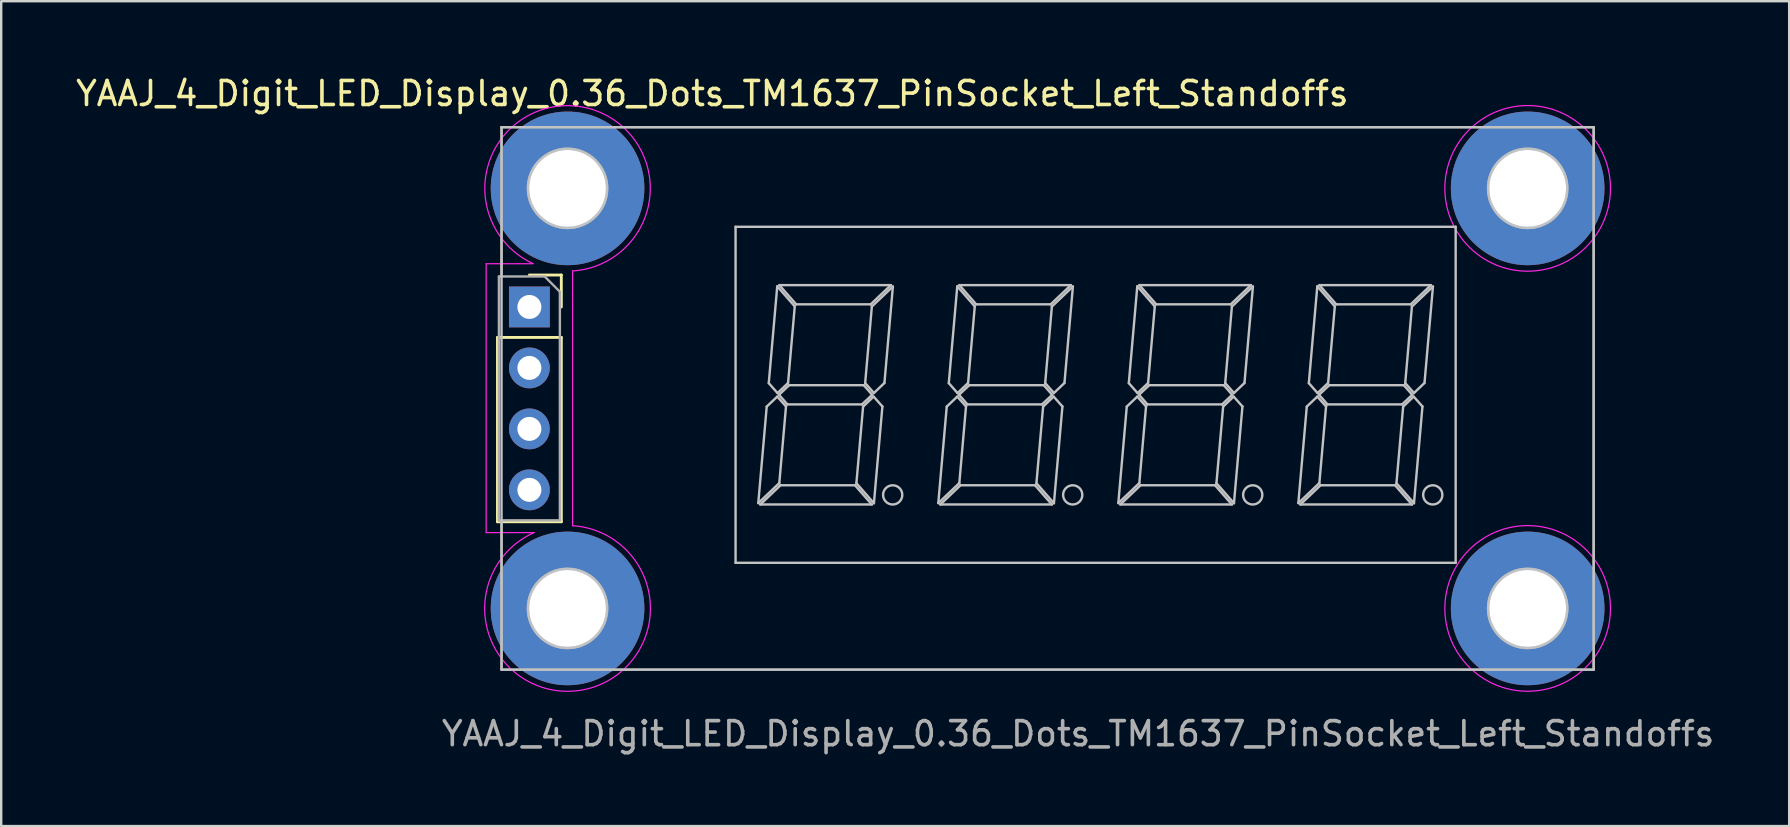
<source format=kicad_pcb>
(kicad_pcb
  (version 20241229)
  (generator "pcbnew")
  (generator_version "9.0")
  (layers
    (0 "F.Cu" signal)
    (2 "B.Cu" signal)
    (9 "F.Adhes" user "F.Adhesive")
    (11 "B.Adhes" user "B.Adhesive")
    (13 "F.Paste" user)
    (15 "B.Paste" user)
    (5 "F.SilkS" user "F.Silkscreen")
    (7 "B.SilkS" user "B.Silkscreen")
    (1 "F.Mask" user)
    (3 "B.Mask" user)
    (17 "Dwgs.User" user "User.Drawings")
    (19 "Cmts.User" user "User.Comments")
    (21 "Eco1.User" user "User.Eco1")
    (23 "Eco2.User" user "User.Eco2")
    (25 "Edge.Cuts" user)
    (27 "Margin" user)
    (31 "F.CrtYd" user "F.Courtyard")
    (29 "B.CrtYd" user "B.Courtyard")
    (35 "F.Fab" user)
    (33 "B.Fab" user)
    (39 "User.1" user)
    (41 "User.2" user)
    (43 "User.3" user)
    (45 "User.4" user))
  (footprint "YAAJ_4_Digit_LED_Display_0.36_Dots_TM1637_PinSocket_Left_Standoffs"
    (layer "F.Cu")
    (at 19.005 9.738)
    (property "Reference" "YAAJ_4_Digit_LED_Display_0.36_Dots_TM1637_PinSocket_Left_Standoffs" (at 7.62 -8.89 180) (layer "F.SilkS") (effects (font (size 1 1) (thickness 0.15))))
    (attr through_hole)
    (fp_line (start -1.33 1.27) (end -1.33 8.95) (stroke (width 0.12) (type solid)) (layer "F.SilkS"))
    (fp_line (start -1.33 1.27) (end 1.33 1.27) (stroke (width 0.12) (type solid)) (layer "F.SilkS"))
    (fp_line (start -1.33 8.95) (end 1.33 8.95) (stroke (width 0.12) (type solid)) (layer "F.SilkS"))
    (fp_line (start 0 -1.33) (end 1.33 -1.33) (stroke (width 0.12) (type solid)) (layer "F.SilkS"))
    (fp_line (start 1.33 -1.33) (end 1.33 0) (stroke (width 0.12) (type solid)) (layer "F.SilkS"))
    (fp_line (start 1.33 1.27) (end 1.33 8.95) (stroke (width 0.12) (type solid)) (layer "F.SilkS"))
    (fp_line (start -1.16 -7.49) (end -1.16 15.11) (stroke (width 0.1) (type solid)) (layer "Dwgs.User"))
    (fp_line (start -1.16 15.11) (end 44.34 15.11) (stroke (width 0.1) (type solid)) (layer "Dwgs.User"))
    (fp_line (start 8.59 -3.34) (end 8.59 10.66) (stroke (width 0.1) (type solid)) (layer "Dwgs.User"))
    (fp_line (start 8.59 10.66) (end 38.59 10.66) (stroke (width 0.1) (type solid)) (layer "Dwgs.User"))
    (fp_line (start 9.536 8.172) (end 10.412 7.338) (stroke (width 0.1) (type solid)) (layer "Dwgs.User"))
    (fp_line (start 9.62 8.23) (end 14.267 8.23) (stroke (width 0.1) (type solid)) (layer "Dwgs.User"))
    (fp_line (start 9.888 4.152) (end 9.536 8.172) (stroke (width 0.1) (type solid)) (layer "Dwgs.User"))
    (fp_line (start 9.973 3.174) (end 10.336 3.588) (stroke (width 0.1) (type solid)) (layer "Dwgs.User"))
    (fp_line (start 10.326 3.735) (end 9.888 4.152) (stroke (width 0.1) (type solid)) (layer "Dwgs.User"))
    (fp_line (start 10.326 -0.858) (end 9.973 3.174) (stroke (width 0.1) (type solid)) (layer "Dwgs.User"))
    (fp_line (start 10.336 3.588) (end 10.777 3.168) (stroke (width 0.1) (type solid)) (layer "Dwgs.User"))
    (fp_line (start 10.399 3.66) (end 10.749 4.06) (stroke (width 0.1) (type solid)) (layer "Dwgs.User"))
    (fp_line (start 10.412 7.338) (end 10.691 4.146) (stroke (width 0.1) (type solid)) (layer "Dwgs.User"))
    (fp_line (start 10.413 -0.91) (end 11.114 -0.11) (stroke (width 0.1) (type solid)) (layer "Dwgs.User"))
    (fp_line (start 10.46 7.43) (end 9.62 8.23) (stroke (width 0.1) (type solid)) (layer "Dwgs.User"))
    (fp_line (start 10.691 4.146) (end 10.326 3.735) (stroke (width 0.1) (type solid)) (layer "Dwgs.User"))
    (fp_line (start 10.749 4.06) (end 13.855 4.06) (stroke (width 0.1) (type solid)) (layer "Dwgs.User"))
    (fp_line (start 10.777 3.168) (end 11.056 -0.024) (stroke (width 0.1) (type solid)) (layer "Dwgs.User"))
    (fp_line (start 10.825 3.26) (end 10.399 3.66) (stroke (width 0.1) (type solid)) (layer "Dwgs.User"))
    (fp_line (start 11.056 -0.024) (end 10.326 -0.858) (stroke (width 0.1) (type solid)) (layer "Dwgs.User"))
    (fp_line (start 11.114 -0.11) (end 14.22 -0.11) (stroke (width 0.1) (type solid)) (layer "Dwgs.User"))
    (fp_line (start 13.566 7.43) (end 10.46 7.43) (stroke (width 0.1) (type solid)) (layer "Dwgs.User"))
    (fp_line (start 13.624 7.344) (end 14.354 8.178) (stroke (width 0.1) (type solid)) (layer "Dwgs.User"))
    (fp_line (start 13.855 4.06) (end 14.281 3.66) (stroke (width 0.1) (type solid)) (layer "Dwgs.User"))
    (fp_line (start 13.903 4.152) (end 13.624 7.344) (stroke (width 0.1) (type solid)) (layer "Dwgs.User"))
    (fp_line (start 13.931 3.26) (end 10.825 3.26) (stroke (width 0.1) (type solid)) (layer "Dwgs.User"))
    (fp_line (start 13.989 3.174) (end 14.354 3.585) (stroke (width 0.1) (type solid)) (layer "Dwgs.User"))
    (fp_line (start 14.22 -0.11) (end 15.06 -0.91) (stroke (width 0.1) (type solid)) (layer "Dwgs.User"))
    (fp_line (start 14.267 8.23) (end 13.566 7.43) (stroke (width 0.1) (type solid)) (layer "Dwgs.User"))
    (fp_line (start 14.268 -0.018) (end 13.989 3.174) (stroke (width 0.1) (type solid)) (layer "Dwgs.User"))
    (fp_line (start 14.281 3.66) (end 13.931 3.26) (stroke (width 0.1) (type solid)) (layer "Dwgs.User"))
    (fp_line (start 14.341 3.735) (end 13.903 4.152) (stroke (width 0.1) (type solid)) (layer "Dwgs.User"))
    (fp_line (start 14.354 8.178) (end 14.707 4.146) (stroke (width 0.1) (type solid)) (layer "Dwgs.User"))
    (fp_line (start 14.354 3.585) (end 14.792 3.168) (stroke (width 0.1) (type solid)) (layer "Dwgs.User"))
    (fp_line (start 14.707 4.146) (end 14.341 3.735) (stroke (width 0.1) (type solid)) (layer "Dwgs.User"))
    (fp_line (start 14.792 3.168) (end 15.144 -0.852) (stroke (width 0.1) (type solid)) (layer "Dwgs.User"))
    (fp_line (start 15.06 -0.91) (end 10.413 -0.91) (stroke (width 0.1) (type solid)) (layer "Dwgs.User"))
    (fp_line (start 15.144 -0.852) (end 14.268 -0.018) (stroke (width 0.1) (type solid)) (layer "Dwgs.User"))
    (fp_line (start 17.036 8.172) (end 17.912 7.338) (stroke (width 0.1) (type solid)) (layer "Dwgs.User"))
    (fp_line (start 17.12 8.23) (end 21.767 8.23) (stroke (width 0.1) (type solid)) (layer "Dwgs.User"))
    (fp_line (start 17.388 4.152) (end 17.036 8.172) (stroke (width 0.1) (type solid)) (layer "Dwgs.User"))
    (fp_line (start 17.473 3.174) (end 17.836 3.588) (stroke (width 0.1) (type solid)) (layer "Dwgs.User"))
    (fp_line (start 17.826 3.735) (end 17.388 4.152) (stroke (width 0.1) (type solid)) (layer "Dwgs.User"))
    (fp_line (start 17.826 -0.858) (end 17.473 3.174) (stroke (width 0.1) (type solid)) (layer "Dwgs.User"))
    (fp_line (start 17.836 3.588) (end 18.277 3.168) (stroke (width 0.1) (type solid)) (layer "Dwgs.User"))
    (fp_line (start 17.899 3.66) (end 18.249 4.06) (stroke (width 0.1) (type solid)) (layer "Dwgs.User"))
    (fp_line (start 17.912 7.338) (end 18.191 4.146) (stroke (width 0.1) (type solid)) (layer "Dwgs.User"))
    (fp_line (start 17.913 -0.91) (end 18.614 -0.11) (stroke (width 0.1) (type solid)) (layer "Dwgs.User"))
    (fp_line (start 17.96 7.43) (end 17.12 8.23) (stroke (width 0.1) (type solid)) (layer "Dwgs.User"))
    (fp_line (start 18.191 4.146) (end 17.826 3.735) (stroke (width 0.1) (type solid)) (layer "Dwgs.User"))
    (fp_line (start 18.249 4.06) (end 21.355 4.06) (stroke (width 0.1) (type solid)) (layer "Dwgs.User"))
    (fp_line (start 18.277 3.168) (end 18.556 -0.024) (stroke (width 0.1) (type solid)) (layer "Dwgs.User"))
    (fp_line (start 18.325 3.26) (end 17.899 3.66) (stroke (width 0.1) (type solid)) (layer "Dwgs.User"))
    (fp_line (start 18.556 -0.024) (end 17.826 -0.858) (stroke (width 0.1) (type solid)) (layer "Dwgs.User"))
    (fp_line (start 18.614 -0.11) (end 21.72 -0.11) (stroke (width 0.1) (type solid)) (layer "Dwgs.User"))
    (fp_line (start 21.066 7.43) (end 17.96 7.43) (stroke (width 0.1) (type solid)) (layer "Dwgs.User"))
    (fp_line (start 21.124 7.344) (end 21.854 8.178) (stroke (width 0.1) (type solid)) (layer "Dwgs.User"))
    (fp_line (start 21.355 4.06) (end 21.781 3.66) (stroke (width 0.1) (type solid)) (layer "Dwgs.User"))
    (fp_line (start 21.403 4.152) (end 21.124 7.344) (stroke (width 0.1) (type solid)) (layer "Dwgs.User"))
    (fp_line (start 21.431 3.26) (end 18.325 3.26) (stroke (width 0.1) (type solid)) (layer "Dwgs.User"))
    (fp_line (start 21.489 3.174) (end 21.854 3.585) (stroke (width 0.1) (type solid)) (layer "Dwgs.User"))
    (fp_line (start 21.72 -0.11) (end 22.56 -0.91) (stroke (width 0.1) (type solid)) (layer "Dwgs.User"))
    (fp_line (start 21.767 8.23) (end 21.066 7.43) (stroke (width 0.1) (type solid)) (layer "Dwgs.User"))
    (fp_line (start 21.768 -0.018) (end 21.489 3.174) (stroke (width 0.1) (type solid)) (layer "Dwgs.User"))
    (fp_line (start 21.781 3.66) (end 21.431 3.26) (stroke (width 0.1) (type solid)) (layer "Dwgs.User"))
    (fp_line (start 21.841 3.735) (end 21.403 4.152) (stroke (width 0.1) (type solid)) (layer "Dwgs.User"))
    (fp_line (start 21.854 8.178) (end 22.207 4.146) (stroke (width 0.1) (type solid)) (layer "Dwgs.User"))
    (fp_line (start 21.854 3.585) (end 22.292 3.168) (stroke (width 0.1) (type solid)) (layer "Dwgs.User"))
    (fp_line (start 22.207 4.146) (end 21.841 3.735) (stroke (width 0.1) (type solid)) (layer "Dwgs.User"))
    (fp_line (start 22.292 3.168) (end 22.644 -0.852) (stroke (width 0.1) (type solid)) (layer "Dwgs.User"))
    (fp_line (start 22.56 -0.91) (end 17.913 -0.91) (stroke (width 0.1) (type solid)) (layer "Dwgs.User"))
    (fp_line (start 22.644 -0.852) (end 21.768 -0.018) (stroke (width 0.1) (type solid)) (layer "Dwgs.User"))
    (fp_line (start 24.536 8.172) (end 25.412 7.338) (stroke (width 0.1) (type solid)) (layer "Dwgs.User"))
    (fp_line (start 24.62 8.23) (end 29.267 8.23) (stroke (width 0.1) (type solid)) (layer "Dwgs.User"))
    (fp_line (start 24.888 4.152) (end 24.536 8.172) (stroke (width 0.1) (type solid)) (layer "Dwgs.User"))
    (fp_line (start 24.973 3.174) (end 25.336 3.588) (stroke (width 0.1) (type solid)) (layer "Dwgs.User"))
    (fp_line (start 25.326 3.735) (end 24.888 4.152) (stroke (width 0.1) (type solid)) (layer "Dwgs.User"))
    (fp_line (start 25.326 -0.858) (end 24.973 3.174) (stroke (width 0.1) (type solid)) (layer "Dwgs.User"))
    (fp_line (start 25.336 3.588) (end 25.777 3.168) (stroke (width 0.1) (type solid)) (layer "Dwgs.User"))
    (fp_line (start 25.399 3.66) (end 25.749 4.06) (stroke (width 0.1) (type solid)) (layer "Dwgs.User"))
    (fp_line (start 25.412 7.338) (end 25.691 4.146) (stroke (width 0.1) (type solid)) (layer "Dwgs.User"))
    (fp_line (start 25.413 -0.91) (end 26.114 -0.11) (stroke (width 0.1) (type solid)) (layer "Dwgs.User"))
    (fp_line (start 25.46 7.43) (end 24.62 8.23) (stroke (width 0.1) (type solid)) (layer "Dwgs.User"))
    (fp_line (start 25.691 4.146) (end 25.326 3.735) (stroke (width 0.1) (type solid)) (layer "Dwgs.User"))
    (fp_line (start 25.749 4.06) (end 28.855 4.06) (stroke (width 0.1) (type solid)) (layer "Dwgs.User"))
    (fp_line (start 25.777 3.168) (end 26.056 -0.024) (stroke (width 0.1) (type solid)) (layer "Dwgs.User"))
    (fp_line (start 25.825 3.26) (end 25.399 3.66) (stroke (width 0.1) (type solid)) (layer "Dwgs.User"))
    (fp_line (start 26.056 -0.024) (end 25.326 -0.858) (stroke (width 0.1) (type solid)) (layer "Dwgs.User"))
    (fp_line (start 26.114 -0.11) (end 29.22 -0.11) (stroke (width 0.1) (type solid)) (layer "Dwgs.User"))
    (fp_line (start 28.566 7.43) (end 25.46 7.43) (stroke (width 0.1) (type solid)) (layer "Dwgs.User"))
    (fp_line (start 28.624 7.344) (end 29.354 8.178) (stroke (width 0.1) (type solid)) (layer "Dwgs.User"))
    (fp_line (start 28.855 4.06) (end 29.281 3.66) (stroke (width 0.1) (type solid)) (layer "Dwgs.User"))
    (fp_line (start 28.903 4.152) (end 28.624 7.344) (stroke (width 0.1) (type solid)) (layer "Dwgs.User"))
    (fp_line (start 28.931 3.26) (end 25.825 3.26) (stroke (width 0.1) (type solid)) (layer "Dwgs.User"))
    (fp_line (start 28.989 3.174) (end 29.354 3.585) (stroke (width 0.1) (type solid)) (layer "Dwgs.User"))
    (fp_line (start 29.22 -0.11) (end 30.06 -0.91) (stroke (width 0.1) (type solid)) (layer "Dwgs.User"))
    (fp_line (start 29.267 8.23) (end 28.566 7.43) (stroke (width 0.1) (type solid)) (layer "Dwgs.User"))
    (fp_line (start 29.268 -0.018) (end 28.989 3.174) (stroke (width 0.1) (type solid)) (layer "Dwgs.User"))
    (fp_line (start 29.281 3.66) (end 28.931 3.26) (stroke (width 0.1) (type solid)) (layer "Dwgs.User"))
    (fp_line (start 29.341 3.735) (end 28.903 4.152) (stroke (width 0.1) (type solid)) (layer "Dwgs.User"))
    (fp_line (start 29.354 8.178) (end 29.707 4.146) (stroke (width 0.1) (type solid)) (layer "Dwgs.User"))
    (fp_line (start 29.354 3.585) (end 29.792 3.168) (stroke (width 0.1) (type solid)) (layer "Dwgs.User"))
    (fp_line (start 29.707 4.146) (end 29.341 3.735) (stroke (width 0.1) (type solid)) (layer "Dwgs.User"))
    (fp_line (start 29.792 3.168) (end 30.144 -0.852) (stroke (width 0.1) (type solid)) (layer "Dwgs.User"))
    (fp_line (start 30.06 -0.91) (end 25.413 -0.91) (stroke (width 0.1) (type solid)) (layer "Dwgs.User"))
    (fp_line (start 30.144 -0.852) (end 29.268 -0.018) (stroke (width 0.1) (type solid)) (layer "Dwgs.User"))
    (fp_line (start 32.036 8.172) (end 32.912 7.338) (stroke (width 0.1) (type solid)) (layer "Dwgs.User"))
    (fp_line (start 32.12 8.23) (end 36.767 8.23) (stroke (width 0.1) (type solid)) (layer "Dwgs.User"))
    (fp_line (start 32.388 4.152) (end 32.036 8.172) (stroke (width 0.1) (type solid)) (layer "Dwgs.User"))
    (fp_line (start 32.473 3.174) (end 32.836 3.588) (stroke (width 0.1) (type solid)) (layer "Dwgs.User"))
    (fp_line (start 32.826 3.735) (end 32.388 4.152) (stroke (width 0.1) (type solid)) (layer "Dwgs.User"))
    (fp_line (start 32.826 -0.858) (end 32.473 3.174) (stroke (width 0.1) (type solid)) (layer "Dwgs.User"))
    (fp_line (start 32.836 3.588) (end 33.277 3.168) (stroke (width 0.1) (type solid)) (layer "Dwgs.User"))
    (fp_line (start 32.899 3.66) (end 33.249 4.06) (stroke (width 0.1) (type solid)) (layer "Dwgs.User"))
    (fp_line (start 32.912 7.338) (end 33.191 4.146) (stroke (width 0.1) (type solid)) (layer "Dwgs.User"))
    (fp_line (start 32.913 -0.91) (end 33.614 -0.11) (stroke (width 0.1) (type solid)) (layer "Dwgs.User"))
    (fp_line (start 32.96 7.43) (end 32.12 8.23) (stroke (width 0.1) (type solid)) (layer "Dwgs.User"))
    (fp_line (start 33.191 4.146) (end 32.826 3.735) (stroke (width 0.1) (type solid)) (layer "Dwgs.User"))
    (fp_line (start 33.249 4.06) (end 36.355 4.06) (stroke (width 0.1) (type solid)) (layer "Dwgs.User"))
    (fp_line (start 33.277 3.168) (end 33.556 -0.024) (stroke (width 0.1) (type solid)) (layer "Dwgs.User"))
    (fp_line (start 33.325 3.26) (end 32.899 3.66) (stroke (width 0.1) (type solid)) (layer "Dwgs.User"))
    (fp_line (start 33.556 -0.024) (end 32.826 -0.858) (stroke (width 0.1) (type solid)) (layer "Dwgs.User"))
    (fp_line (start 33.614 -0.11) (end 36.72 -0.11) (stroke (width 0.1) (type solid)) (layer "Dwgs.User"))
    (fp_line (start 36.066 7.43) (end 32.96 7.43) (stroke (width 0.1) (type solid)) (layer "Dwgs.User"))
    (fp_line (start 36.124 7.344) (end 36.854 8.178) (stroke (width 0.1) (type solid)) (layer "Dwgs.User"))
    (fp_line (start 36.355 4.06) (end 36.781 3.66) (stroke (width 0.1) (type solid)) (layer "Dwgs.User"))
    (fp_line (start 36.403 4.152) (end 36.124 7.344) (stroke (width 0.1) (type solid)) (layer "Dwgs.User"))
    (fp_line (start 36.431 3.26) (end 33.325 3.26) (stroke (width 0.1) (type solid)) (layer "Dwgs.User"))
    (fp_line (start 36.489 3.174) (end 36.854 3.585) (stroke (width 0.1) (type solid)) (layer "Dwgs.User"))
    (fp_line (start 36.72 -0.11) (end 37.56 -0.91) (stroke (width 0.1) (type solid)) (layer "Dwgs.User"))
    (fp_line (start 36.767 8.23) (end 36.066 7.43) (stroke (width 0.1) (type solid)) (layer "Dwgs.User"))
    (fp_line (start 36.768 -0.018) (end 36.489 3.174) (stroke (width 0.1) (type solid)) (layer "Dwgs.User"))
    (fp_line (start 36.781 3.66) (end 36.431 3.26) (stroke (width 0.1) (type solid)) (layer "Dwgs.User"))
    (fp_line (start 36.841 3.735) (end 36.403 4.152) (stroke (width 0.1) (type solid)) (layer "Dwgs.User"))
    (fp_line (start 36.854 8.178) (end 37.207 4.146) (stroke (width 0.1) (type solid)) (layer "Dwgs.User"))
    (fp_line (start 36.854 3.585) (end 37.292 3.168) (stroke (width 0.1) (type solid)) (layer "Dwgs.User"))
    (fp_line (start 37.207 4.146) (end 36.841 3.735) (stroke (width 0.1) (type solid)) (layer "Dwgs.User"))
    (fp_line (start 37.292 3.168) (end 37.644 -0.852) (stroke (width 0.1) (type solid)) (layer "Dwgs.User"))
    (fp_line (start 37.56 -0.91) (end 32.913 -0.91) (stroke (width 0.1) (type solid)) (layer "Dwgs.User"))
    (fp_line (start 37.644 -0.852) (end 36.768 -0.018) (stroke (width 0.1) (type solid)) (layer "Dwgs.User"))
    (fp_line (start 38.59 -3.34) (end 8.59 -3.34) (stroke (width 0.1) (type solid)) (layer "Dwgs.User"))
    (fp_line (start 38.59 10.66) (end 38.59 -3.34) (stroke (width 0.1) (type solid)) (layer "Dwgs.User"))
    (fp_line (start 44.34 -7.49) (end -1.16 -7.49) (stroke (width 0.1) (type solid)) (layer "Dwgs.User"))
    (fp_line (start 44.34 15.11) (end 44.34 -7.49) (stroke (width 0.1) (type solid)) (layer "Dwgs.User"))
    (fp_circle (center 1.59 -4.94) (end 3.24 -4.94) (stroke (width 0.1) (type solid)) (fill no) (layer "Dwgs.User"))
    (fp_circle (center 1.59 12.56) (end 3.24 12.56) (stroke (width 0.1) (type solid)) (fill no) (layer "Dwgs.User"))
    (fp_circle (center 15.136 7.83) (end 15.536 7.83) (stroke (width 0.1) (type solid)) (fill no) (layer "Dwgs.User"))
    (fp_circle (center 22.636 7.83) (end 23.036 7.83) (stroke (width 0.1) (type solid)) (fill no) (layer "Dwgs.User"))
    (fp_circle (center 30.136 7.83) (end 30.536 7.83) (stroke (width 0.1) (type solid)) (fill no) (layer "Dwgs.User"))
    (fp_circle (center 37.636 7.83) (end 38.036 7.83) (stroke (width 0.1) (type solid)) (fill no) (layer "Dwgs.User"))
    (fp_circle (center 41.59 -4.94) (end 43.24 -4.94) (stroke (width 0.1) (type solid)) (fill no) (layer "Dwgs.User"))
    (fp_circle (center 41.59 12.56) (end 43.24 12.56) (stroke (width 0.1) (type solid)) (fill no) (layer "Dwgs.User"))
    (fp_line (start -1.8 -1.8) (end -1.8 9.4) (stroke (width 0.05) (type solid)) (layer "F.CrtYd"))
    (fp_line (start -1.8 9.4) (end 0.2 9.4) (stroke (width 0.05) (type solid)) (layer "F.CrtYd"))
    (fp_line (start 0.15 -1.8) (end -1.8 -1.8) (stroke (width 0.05) (type solid)) (layer "F.CrtYd"))
    (fp_line (start 1.8 9.114) (end 1.8 -1.5) (stroke (width 0.05) (type solid)) (layer "F.CrtYd"))
    (fp_arc (start 0.153526 -1.807231) (mid 2.222185 -8.327926) (end 1.8 -1.5) (stroke (width 0.05) (type solid)) (layer "F.CrtYd"))
    (fp_arc (start 1.799746 9.114175) (mid 2.197185 15.958386) (end 0.2 9.4) (stroke (width 0.05) (type solid)) (layer "F.CrtYd"))
    (fp_circle (center 41.59 -4.94) (end 45.04 -4.94) (stroke (width 0.05) (type solid)) (fill no) (layer "F.CrtYd"))
    (fp_circle (center 41.59 12.56) (end 45.04 12.56) (stroke (width 0.05) (type solid)) (fill no) (layer "F.CrtYd"))
    (fp_line (start -1.27 -1.27) (end 0.635 -1.27) (stroke (width 0.1) (type solid)) (layer "F.Fab"))
    (fp_line (start -1.27 8.89) (end -1.27 -1.27) (stroke (width 0.1) (type solid)) (layer "F.Fab"))
    (fp_line (start -1.16 -7.49) (end 44.34 -7.49) (stroke (width 0.1) (type solid)) (layer "F.Fab"))
    (fp_line (start -1.16 -1.27) (end -1.16 -7.49) (stroke (width 0.1) (type solid)) (layer "F.Fab"))
    (fp_line (start -1.16 15.11) (end -1.16 8.89) (stroke (width 0.1) (type solid)) (layer "F.Fab"))
    (fp_line (start 0.635 -1.27) (end 1.27 -0.635) (stroke (width 0.1) (type solid)) (layer "F.Fab"))
    (fp_line (start 1.27 -0.635) (end 1.27 8.89) (stroke (width 0.1) (type solid)) (layer "F.Fab"))
    (fp_line (start 1.27 8.89) (end -1.27 8.89) (stroke (width 0.1) (type solid)) (layer "F.Fab"))
    (fp_line (start 44.34 -7.49) (end 44.34 15.11) (stroke (width 0.1) (type solid)) (layer "F.Fab"))
    (fp_line (start 44.34 15.11) (end -1.16 15.11) (stroke (width 0.1) (type solid)) (layer "F.Fab"))
    (fp_circle (center 1.59 -4.94) (end 3.24 -4.94) (stroke (width 0.1) (type solid)) (fill no) (layer "F.Fab"))
    (fp_circle (center 1.59 12.56) (end 3.24 12.56) (stroke (width 0.1) (type solid)) (fill no) (layer "F.Fab"))
    (fp_circle (center 41.59 -4.94) (end 43.24 -4.94) (stroke (width 0.1) (type solid)) (fill no) (layer "F.Fab"))
    (fp_circle (center 41.59 12.56) (end 43.24 12.56) (stroke (width 0.1) (type solid)) (fill no) (layer "F.Fab"))
    (fp_text user "YAAJ_4_Digit_LED_Display_0.36_Dots_TM1637_PinSocket_Left_Standoffs" (at 22.86 17.78 0) (layer "F.Fab") (effects (font (size 1 1) (thickness 0.15))))
    (pad "" thru_hole circle (at 1.59 -4.94) (size 6.4 6.4) (drill 3.2) (layers "*.Cu" "*.Mask"))
    (pad "" thru_hole circle (at 1.59 12.56) (size 6.4 6.4) (drill 3.2) (layers "*.Cu" "*.Mask"))
    (pad "" thru_hole circle (at 41.59 -4.94) (size 6.4 6.4) (drill 3.2) (layers "*.Cu" "*.Mask"))
    (pad "" thru_hole circle (at 41.59 12.56) (size 6.4 6.4) (drill 3.2) (layers "*.Cu" "*.Mask"))
    (pad "1" thru_hole rect (at 0 0) (size 1.7 1.7) (drill 1) (layers "*.Cu" "*.Mask"))
    (pad "2" thru_hole oval (at 0 2.54) (size 1.7 1.7) (drill 1) (layers "*.Cu" "*.Mask"))
    (pad "3" thru_hole oval (at 0 5.08) (size 1.7 1.7) (drill 1) (layers "*.Cu" "*.Mask"))
    (pad "4" thru_hole oval (at 0 7.62) (size 1.7 1.7) (drill 1) (layers "*.Cu" "*.Mask")))
  (gr_rect
    (start -3 -3)
    (end 71.49 31.366)
    (stroke (width 0.1) (type default))
    (fill no)
    (layer "Edge.Cuts")))
</source>
